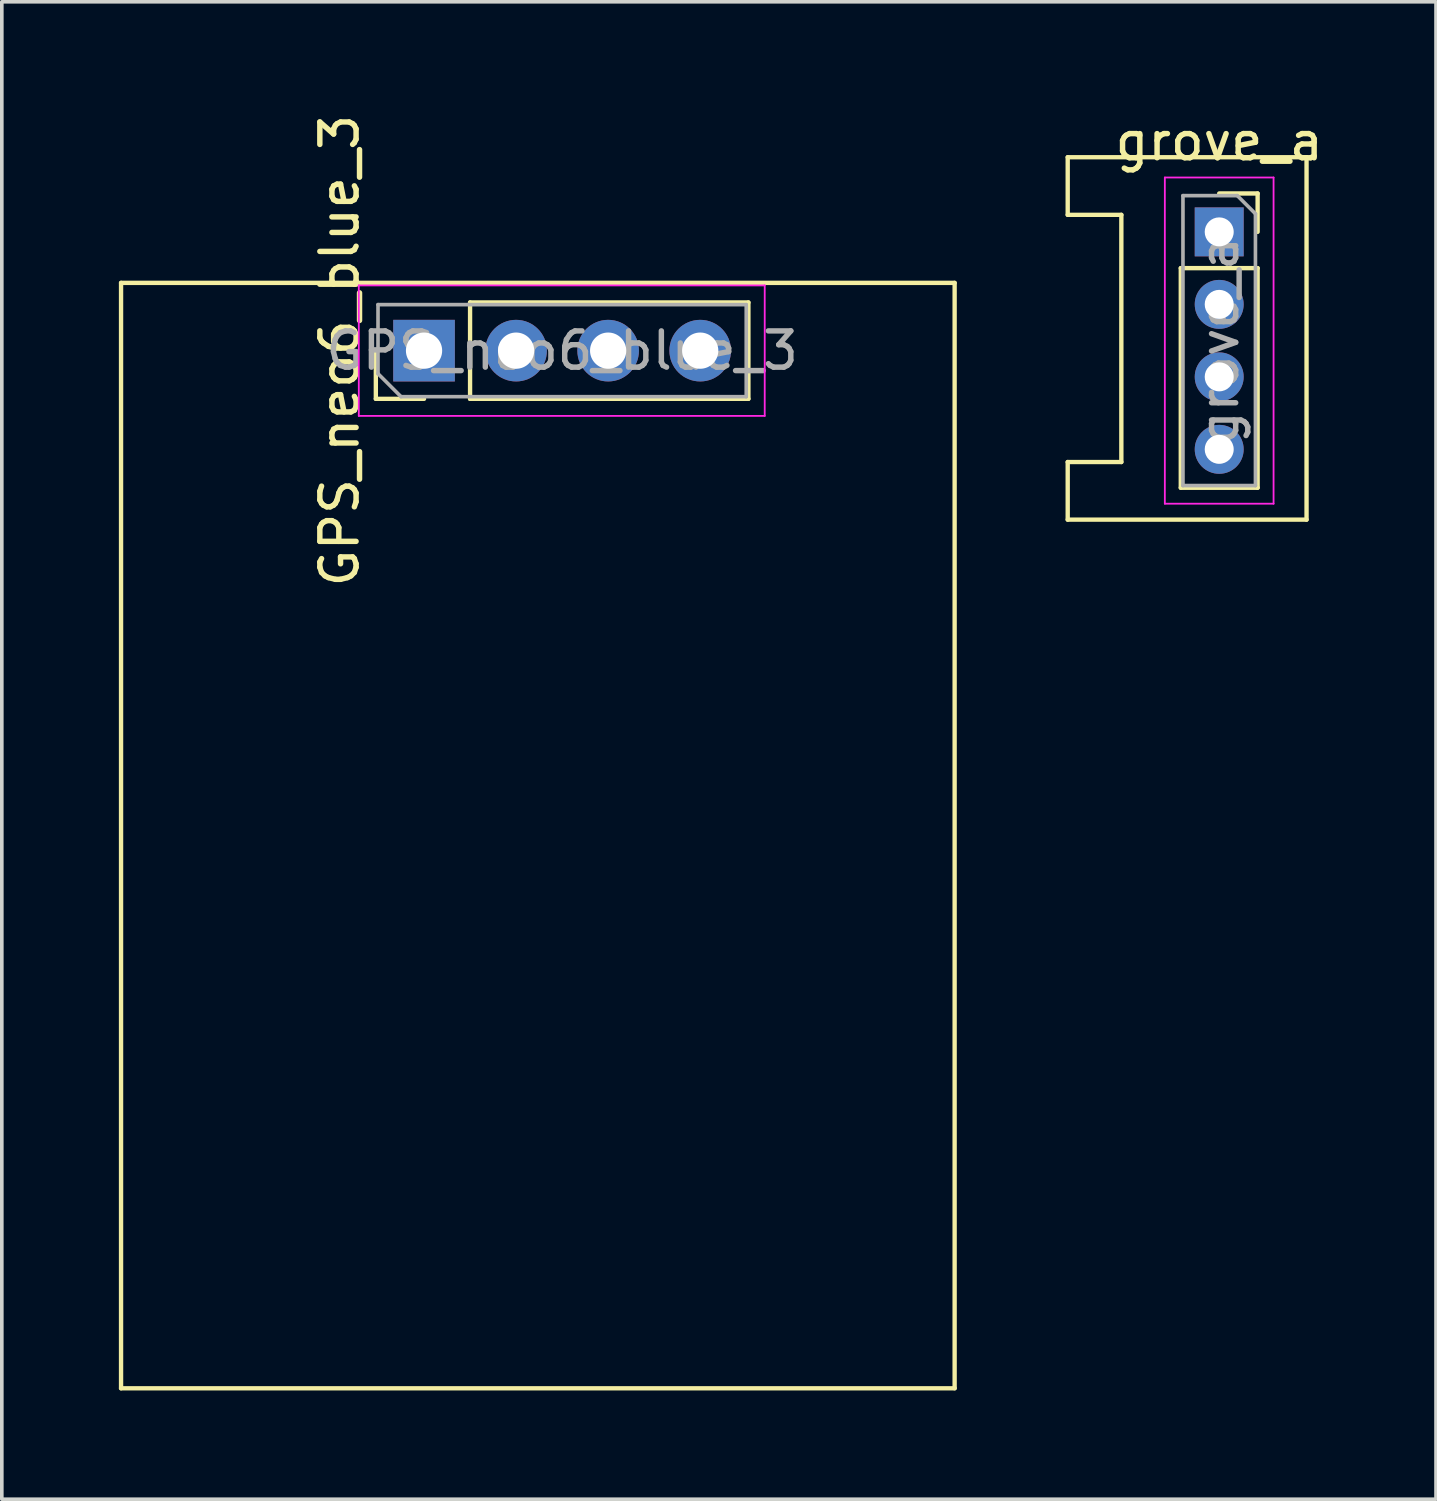
<source format=kicad_pcb>
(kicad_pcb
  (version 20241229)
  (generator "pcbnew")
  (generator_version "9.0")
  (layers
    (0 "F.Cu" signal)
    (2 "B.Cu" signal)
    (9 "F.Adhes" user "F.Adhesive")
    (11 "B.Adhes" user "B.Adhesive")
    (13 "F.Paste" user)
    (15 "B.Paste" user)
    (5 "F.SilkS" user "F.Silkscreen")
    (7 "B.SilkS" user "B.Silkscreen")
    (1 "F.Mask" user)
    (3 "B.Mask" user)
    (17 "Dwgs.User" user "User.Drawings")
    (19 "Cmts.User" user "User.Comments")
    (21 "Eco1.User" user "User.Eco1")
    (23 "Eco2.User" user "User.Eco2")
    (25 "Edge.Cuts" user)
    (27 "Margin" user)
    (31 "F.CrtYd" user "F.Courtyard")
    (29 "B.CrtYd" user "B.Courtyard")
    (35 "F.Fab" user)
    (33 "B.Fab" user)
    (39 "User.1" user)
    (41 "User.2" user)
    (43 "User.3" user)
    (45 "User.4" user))
  (footprint "GPS_neo6_blue_3"
    (layer "F.Cu")
    (at 0.25 4.725)
    (property "Reference" "GPS_neo6_blue_3" (at 6.07 1.9 90) (layer "F.SilkS") (effects (font (size 1 1) (thickness 0.15))))
    (attr through_hole)
    (fp_line (start 0.04 30.53) (end 0.04 0.03) (stroke (width 0.12) (type solid)) (layer "F.SilkS"))
    (fp_line (start 7.07 3.23) (end 7.07 1.9) (stroke (width 0.12) (type solid)) (layer "F.SilkS"))
    (fp_line (start 8.4 3.23) (end 7.07 3.23) (stroke (width 0.12) (type solid)) (layer "F.SilkS"))
    (fp_line (start 9.67 0.57) (end 17.35 0.57) (stroke (width 0.12) (type solid)) (layer "F.SilkS"))
    (fp_line (start 9.67 3.23) (end 9.67 0.57) (stroke (width 0.12) (type solid)) (layer "F.SilkS"))
    (fp_line (start 9.67 3.23) (end 17.35 3.23) (stroke (width 0.12) (type solid)) (layer "F.SilkS"))
    (fp_line (start 17.35 3.23) (end 17.35 0.57) (stroke (width 0.12) (type solid)) (layer "F.SilkS"))
    (fp_line (start 23.04 0.03) (end 0.04 0.03) (stroke (width 0.12) (type solid)) (layer "F.SilkS"))
    (fp_line (start 23.04 0.03) (end 23.04 30.53) (stroke (width 0.12) (type solid)) (layer "F.SilkS"))
    (fp_line (start 23.04 30.53) (end 0.04 30.53) (stroke (width 0.12) (type solid)) (layer "F.SilkS"))
    (fp_line (start 6.6 0.1) (end 6.6 3.7) (stroke (width 0.05) (type solid)) (layer "F.CrtYd"))
    (fp_line (start 6.6 3.7) (end 17.8 3.7) (stroke (width 0.05) (type solid)) (layer "F.CrtYd"))
    (fp_line (start 17.8 0.1) (end 6.6 0.1) (stroke (width 0.05) (type solid)) (layer "F.CrtYd"))
    (fp_line (start 17.8 3.7) (end 17.8 0.1) (stroke (width 0.05) (type solid)) (layer "F.CrtYd"))
    (fp_line (start 7.13 0.63) (end 17.29 0.63) (stroke (width 0.1) (type solid)) (layer "F.Fab"))
    (fp_line (start 7.13 2.535) (end 7.13 0.63) (stroke (width 0.1) (type solid)) (layer "F.Fab"))
    (fp_line (start 7.765 3.17) (end 7.13 2.535) (stroke (width 0.1) (type solid)) (layer "F.Fab"))
    (fp_line (start 17.29 0.63) (end 17.29 3.17) (stroke (width 0.1) (type solid)) (layer "F.Fab"))
    (fp_line (start 17.29 3.17) (end 7.765 3.17) (stroke (width 0.1) (type solid)) (layer "F.Fab"))
    (fp_text user "${REFERENCE}" (at 12.21 1.9 180) (layer "F.Fab") (effects (font (size 1 1) (thickness 0.15))))
    (pad "1" thru_hole rect (at 8.4 1.9 90) (size 1.7 1.7) (drill 1) (layers "*.Cu" "*.Mask"))
    (pad "2" thru_hole oval (at 10.94 1.9 90) (size 1.7 1.7) (drill 1) (layers "*.Cu" "*.Mask"))
    (pad "3" thru_hole oval (at 13.48 1.9 90) (size 1.7 1.7) (drill 1) (layers "*.Cu" "*.Mask"))
    (pad "4" thru_hole oval (at 16.02 1.9 90) (size 1.7 1.7) (drill 1) (layers "*.Cu" "*.Mask")))
  (footprint "grove_a"
    (layer "F.Cu")
    (at 30.59 3.348)
    (property "Reference" "grove_a" (at 0 -2.5 0) (layer "F.SilkS") (effects (font (size 1 1) (thickness 0.15))))
    (attr through_hole)
    (fp_line (start -4.18 -2.06) (end -4.18 -0.47) (stroke (width 0.12) (type default)) (layer "F.SilkS"))
    (fp_line (start -4.18 -0.47) (end -2.7 -0.47) (stroke (width 0.12) (type default)) (layer "F.SilkS"))
    (fp_line (start -4.18 6.35) (end -2.7 6.35) (stroke (width 0.12) (type default)) (layer "F.SilkS"))
    (fp_line (start -4.18 7.94) (end -4.18 6.35) (stroke (width 0.12) (type default)) (layer "F.SilkS"))
    (fp_line (start -2.7 -0.47) (end -2.7 6.35) (stroke (width 0.12) (type default)) (layer "F.SilkS"))
    (fp_line (start -1.06 1) (end -1.06 7.06) (stroke (width 0.12) (type solid)) (layer "F.SilkS"))
    (fp_line (start -1.06 1) (end 1.06 1) (stroke (width 0.12) (type solid)) (layer "F.SilkS"))
    (fp_line (start -1.06 7.06) (end 1.06 7.06) (stroke (width 0.12) (type solid)) (layer "F.SilkS"))
    (fp_line (start 0 -1.06) (end 1.06 -1.06) (stroke (width 0.12) (type solid)) (layer "F.SilkS"))
    (fp_line (start 1.06 -1.06) (end 1.06 0) (stroke (width 0.12) (type solid)) (layer "F.SilkS"))
    (fp_line (start 1.06 1) (end 1.06 7.06) (stroke (width 0.12) (type solid)) (layer "F.SilkS"))
    (fp_line (start 2.41 -2.06) (end -4.18 -2.06) (stroke (width 0.12) (type default)) (layer "F.SilkS"))
    (fp_line (start 2.41 -2.06) (end 2.41 7.94) (stroke (width 0.12) (type default)) (layer "F.SilkS"))
    (fp_line (start 2.41 7.94) (end -4.18 7.94) (stroke (width 0.12) (type default)) (layer "F.SilkS"))
    (fp_line (start -1.5 -1.5) (end 1.5 -1.5) (stroke (width 0.05) (type solid)) (layer "F.CrtYd"))
    (fp_line (start -1.5 7.5) (end -1.5 -1.5) (stroke (width 0.05) (type solid)) (layer "F.CrtYd"))
    (fp_line (start 1.5 -1.5) (end 1.5 7.5) (stroke (width 0.05) (type solid)) (layer "F.CrtYd"))
    (fp_line (start 1.5 7.5) (end -1.5 7.5) (stroke (width 0.05) (type solid)) (layer "F.CrtYd"))
    (fp_line (start -1 -1) (end 0.5 -1) (stroke (width 0.1) (type solid)) (layer "F.Fab"))
    (fp_line (start -1 7) (end -1 -1) (stroke (width 0.1) (type solid)) (layer "F.Fab"))
    (fp_line (start 0.5 -1) (end 1 -0.5) (stroke (width 0.1) (type solid)) (layer "F.Fab"))
    (fp_line (start 1 -0.5) (end 1 7) (stroke (width 0.1) (type solid)) (layer "F.Fab"))
    (fp_line (start 1 7) (end -1 7) (stroke (width 0.1) (type solid)) (layer "F.Fab"))
    (fp_text user "${REFERENCE}" (at 0 3 90) (layer "F.Fab") (effects (font (size 1 1) (thickness 0.15))))
    (pad "1" thru_hole oval (at 0 6) (size 1.35 1.35) (drill 0.8) (layers "*.Cu" "*.Mask"))
    (pad "2" thru_hole oval (at 0 4) (size 1.35 1.35) (drill 0.8) (layers "*.Cu" "*.Mask"))
    (pad "3" thru_hole oval (at 0 2) (size 1.35 1.35) (drill 0.8) (layers "*.Cu" "*.Mask"))
    (pad "4" thru_hole rect (at 0 0) (size 1.35 1.35) (drill 0.8) (layers "*.Cu" "*.Mask")))
  (gr_rect
    (start -3 -3)
    (end 36.572 38.315)
    (stroke (width 0.1) (type default))
    (fill no)
    (layer "Edge.Cuts")))
</source>
